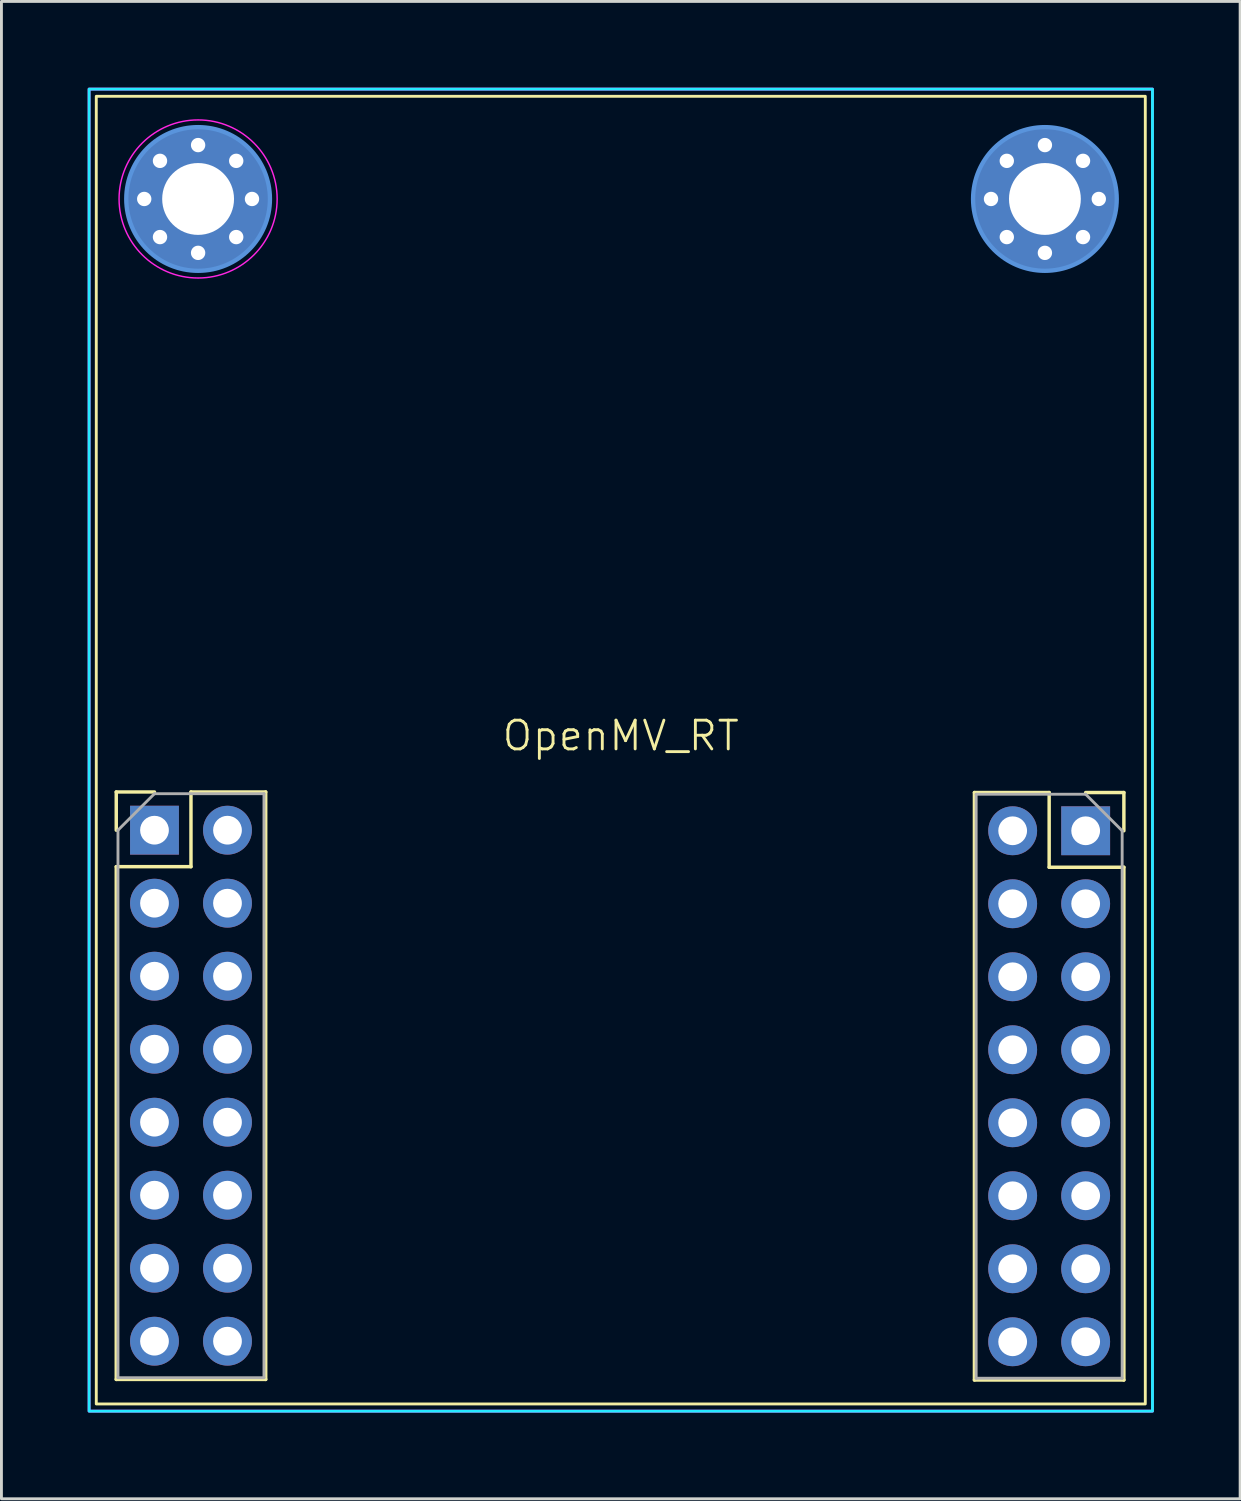
<source format=kicad_pcb>
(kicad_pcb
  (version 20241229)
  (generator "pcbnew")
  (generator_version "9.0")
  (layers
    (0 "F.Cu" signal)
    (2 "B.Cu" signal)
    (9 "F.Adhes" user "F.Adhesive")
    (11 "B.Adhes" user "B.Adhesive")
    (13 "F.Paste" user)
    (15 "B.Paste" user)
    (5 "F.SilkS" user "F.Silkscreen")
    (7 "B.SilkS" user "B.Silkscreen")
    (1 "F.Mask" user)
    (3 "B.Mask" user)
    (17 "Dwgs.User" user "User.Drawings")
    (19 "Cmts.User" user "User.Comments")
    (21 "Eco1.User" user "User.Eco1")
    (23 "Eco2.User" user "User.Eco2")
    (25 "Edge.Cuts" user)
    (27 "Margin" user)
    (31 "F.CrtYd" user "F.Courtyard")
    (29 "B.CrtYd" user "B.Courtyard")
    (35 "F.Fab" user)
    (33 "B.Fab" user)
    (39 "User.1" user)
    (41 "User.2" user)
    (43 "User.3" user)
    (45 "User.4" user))
  (footprint "OpenMV_RT"
    (layer "F.Cu")
    (at 18.55 9.08)
    (property "Reference" "OpenMV_RT" (at 0 13.47 0) (unlocked yes) (layer "F.SilkS") (effects (font (size 1 1) (thickness 0.1))))
    (attr through_hole)
    (fp_line (start -17.555 15.426) (end -16.225 15.426) (stroke (width 0.12) (type solid)) (layer "F.SilkS"))
    (fp_line (start -17.555 16.756) (end -17.555 15.426) (stroke (width 0.12) (type solid)) (layer "F.SilkS"))
    (fp_line (start -17.555 18.026) (end -17.555 35.866) (stroke (width 0.12) (type solid)) (layer "F.SilkS"))
    (fp_line (start -17.555 18.026) (end -14.955 18.026) (stroke (width 0.12) (type solid)) (layer "F.SilkS"))
    (fp_line (start -17.555 35.866) (end -12.355 35.866) (stroke (width 0.12) (type solid)) (layer "F.SilkS"))
    (fp_line (start -14.955 15.426) (end -12.355 15.426) (stroke (width 0.12) (type solid)) (layer "F.SilkS"))
    (fp_line (start -14.955 18.026) (end -14.955 15.426) (stroke (width 0.12) (type solid)) (layer "F.SilkS"))
    (fp_line (start -12.355 15.426) (end -12.355 35.866) (stroke (width 0.12) (type solid)) (layer "F.SilkS"))
    (fp_line (start 12.305 15.446) (end 12.305 35.886) (stroke (width 0.12) (type solid)) (layer "F.SilkS"))
    (fp_line (start 14.905 15.446) (end 12.305 15.446) (stroke (width 0.12) (type solid)) (layer "F.SilkS"))
    (fp_line (start 14.905 18.046) (end 14.905 15.446) (stroke (width 0.12) (type solid)) (layer "F.SilkS"))
    (fp_line (start 17.505 15.446) (end 16.175 15.446) (stroke (width 0.12) (type solid)) (layer "F.SilkS"))
    (fp_line (start 17.505 16.776) (end 17.505 15.446) (stroke (width 0.12) (type solid)) (layer "F.SilkS"))
    (fp_line (start 17.505 18.046) (end 14.905 18.046) (stroke (width 0.12) (type solid)) (layer "F.SilkS"))
    (fp_line (start 17.505 18.046) (end 17.505 35.886) (stroke (width 0.12) (type solid)) (layer "F.SilkS"))
    (fp_line (start 17.505 35.886) (end 12.305 35.886) (stroke (width 0.12) (type solid)) (layer "F.SilkS"))
    (fp_rect (start 18.25 -8.78) (end -18.25 36.72) (stroke (width 0.1) (type default)) (fill no) (layer "F.SilkS"))
    (fp_circle (center -14.707 -5.207) (end -12.207 -5.207) (stroke (width 0.15) (type solid)) (fill no) (layer "Cmts.User"))
    (fp_circle (center 14.757 -5.207) (end 17.257 -5.207) (stroke (width 0.15) (type solid)) (fill no) (layer "Cmts.User"))
    (fp_rect (start -18.5 36.97) (end 18.5 -9.03) (stroke (width 0.1) (type default)) (fill no) (layer "B.CrtYd"))
    (fp_rect (start -18.5 36.97) (end 18.5 -9.03) (stroke (width 0.1) (type default)) (fill no) (layer "F.CrtYd"))
    (fp_circle (center -14.707 -5.207) (end -11.957 -5.207) (stroke (width 0.05) (type solid)) (fill no) (layer "F.CrtYd"))
    (fp_line (start -17.495 16.756) (end -16.225 15.486) (stroke (width 0.1) (type solid)) (layer "F.Fab"))
    (fp_line (start -17.495 35.806) (end -17.495 16.756) (stroke (width 0.1) (type solid)) (layer "F.Fab"))
    (fp_line (start -16.225 15.486) (end -12.415 15.486) (stroke (width 0.1) (type solid)) (layer "F.Fab"))
    (fp_line (start -12.415 15.486) (end -12.415 35.806) (stroke (width 0.1) (type solid)) (layer "F.Fab"))
    (fp_line (start -12.415 35.806) (end -17.495 35.806) (stroke (width 0.1) (type solid)) (layer "F.Fab"))
    (fp_line (start 12.365 15.506) (end 12.365 35.826) (stroke (width 0.1) (type solid)) (layer "F.Fab"))
    (fp_line (start 12.365 35.826) (end 17.445 35.826) (stroke (width 0.1) (type solid)) (layer "F.Fab"))
    (fp_line (start 16.175 15.506) (end 12.365 15.506) (stroke (width 0.1) (type solid)) (layer "F.Fab"))
    (fp_line (start 17.445 16.776) (end 16.175 15.506) (stroke (width 0.1) (type solid)) (layer "F.Fab"))
    (fp_line (start 17.445 35.826) (end 17.445 16.776) (stroke (width 0.1) (type solid)) (layer "F.Fab"))
    (pad "0" thru_hole rect (at -16.225 16.756) (size 1.7 1.7) (drill 1) (layers "*.Cu" "*.Mask"))
    (pad "1" thru_hole circle (at -16.582 -5.207) (size 0.8 0.8) (drill 0.5) (layers "*.Cu" "*.Mask"))
    (pad "1" thru_hole circle (at -16.033 -6.533) (size 0.8 0.8) (drill 0.5) (layers "*.Cu" "*.Mask"))
    (pad "1" thru_hole circle (at -16.033 -3.881) (size 0.8 0.8) (drill 0.5) (layers "*.Cu" "*.Mask"))
    (pad "1" thru_hole circle (at -14.707 -7.082) (size 0.8 0.8) (drill 0.5) (layers "*.Cu" "*.Mask"))
    (pad "1" thru_hole circle (at -14.707 -5.207) (size 5 5) (drill 2.5) (layers "*.Cu" "*.Mask"))
    (pad "1" thru_hole circle (at -14.707 -3.332) (size 0.8 0.8) (drill 0.5) (layers "*.Cu" "*.Mask"))
    (pad "1" thru_hole oval (at -13.685 16.756) (size 1.7 1.7) (drill 1) (layers "*.Cu" "*.Mask"))
    (pad "1" thru_hole circle (at -13.381 -6.533) (size 0.8 0.8) (drill 0.5) (layers "*.Cu" "*.Mask"))
    (pad "1" thru_hole circle (at -13.381 -3.881) (size 0.8 0.8) (drill 0.5) (layers "*.Cu" "*.Mask"))
    (pad "1" thru_hole circle (at -12.832 -5.207) (size 0.8 0.8) (drill 0.5) (layers "*.Cu" "*.Mask"))
    (pad "1" thru_hole circle (at 12.882 -5.207) (size 0.8 0.8) (drill 0.5) (layers "*.Cu" "*.Mask"))
    (pad "1" thru_hole circle (at 13.431 -6.533) (size 0.8 0.8) (drill 0.5) (layers "*.Cu" "*.Mask"))
    (pad "1" thru_hole circle (at 13.431 -3.881) (size 0.8 0.8) (drill 0.5) (layers "*.Cu" "*.Mask"))
    (pad "1" thru_hole circle (at 14.757 -7.082) (size 0.8 0.8) (drill 0.5) (layers "*.Cu" "*.Mask"))
    (pad "1" thru_hole circle (at 14.757 -5.207) (size 5 5) (drill 2.5) (layers "*.Cu" "*.Mask"))
    (pad "1" thru_hole circle (at 14.757 -3.332) (size 0.8 0.8) (drill 0.5) (layers "*.Cu" "*.Mask"))
    (pad "1" thru_hole circle (at 16.083 -6.533) (size 0.8 0.8) (drill 0.5) (layers "*.Cu" "*.Mask"))
    (pad "1" thru_hole circle (at 16.083 -3.881) (size 0.8 0.8) (drill 0.5) (layers "*.Cu" "*.Mask"))
    (pad "1" thru_hole circle (at 16.632 -5.207) (size 0.8 0.8) (drill 0.5) (layers "*.Cu" "*.Mask"))
    (pad "2" thru_hole oval (at -16.225 19.296) (size 1.7 1.7) (drill 1) (layers "*.Cu" "*.Mask"))
    (pad "3" thru_hole oval (at -13.685 19.296) (size 1.7 1.7) (drill 1) (layers "*.Cu" "*.Mask"))
    (pad "4" thru_hole oval (at -16.225 21.836) (size 1.7 1.7) (drill 1) (layers "*.Cu" "*.Mask"))
    (pad "5" thru_hole oval (at -13.685 21.836) (size 1.7 1.7) (drill 1) (layers "*.Cu" "*.Mask"))
    (pad "6" thru_hole oval (at -16.225 24.376) (size 1.7 1.7) (drill 1) (layers "*.Cu" "*.Mask"))
    (pad "7" thru_hole oval (at -13.685 24.376) (size 1.7 1.7) (drill 1) (layers "*.Cu" "*.Mask"))
    (pad "8" thru_hole oval (at -16.225 26.916) (size 1.7 1.7) (drill 1) (layers "*.Cu" "*.Mask"))
    (pad "9" thru_hole oval (at -13.685 26.916) (size 1.7 1.7) (drill 1) (layers "*.Cu" "*.Mask"))
    (pad "10" thru_hole oval (at -16.225 29.456) (size 1.7 1.7) (drill 1) (layers "*.Cu" "*.Mask"))
    (pad "11" thru_hole oval (at -13.685 29.456) (size 1.7 1.7) (drill 1) (layers "*.Cu" "*.Mask"))
    (pad "12" thru_hole oval (at -16.225 31.996) (size 1.7 1.7) (drill 1) (layers "*.Cu" "*.Mask"))
    (pad "13" thru_hole oval (at -13.685 31.996) (size 1.7 1.7) (drill 1) (layers "*.Cu" "*.Mask"))
    (pad "14" thru_hole oval (at -16.225 34.536) (size 1.7 1.7) (drill 1) (layers "*.Cu" "*.Mask"))
    (pad "15" thru_hole oval (at -13.685 34.536) (size 1.7 1.7) (drill 1) (layers "*.Cu" "*.Mask"))
    (pad "16" thru_hole oval (at 13.635 16.776) (size 1.7 1.7) (drill 1) (layers "*.Cu" "*.Mask"))
    (pad "17" thru_hole rect (at 16.175 16.776) (size 1.7 1.7) (drill 1) (layers "*.Cu" "*.Mask"))
    (pad "18" thru_hole oval (at 13.635 19.316) (size 1.7 1.7) (drill 1) (layers "*.Cu" "*.Mask"))
    (pad "19" thru_hole oval (at 16.175 19.316) (size 1.7 1.7) (drill 1) (layers "*.Cu" "*.Mask"))
    (pad "20" thru_hole oval (at 13.635 21.856) (size 1.7 1.7) (drill 1) (layers "*.Cu" "*.Mask"))
    (pad "21" thru_hole oval (at 16.175 21.856) (size 1.7 1.7) (drill 1) (layers "*.Cu" "*.Mask"))
    (pad "22" thru_hole oval (at 13.635 24.396) (size 1.7 1.7) (drill 1) (layers "*.Cu" "*.Mask"))
    (pad "23" thru_hole oval (at 16.175 24.396) (size 1.7 1.7) (drill 1) (layers "*.Cu" "*.Mask"))
    (pad "24" thru_hole oval (at 13.635 26.936) (size 1.7 1.7) (drill 1) (layers "*.Cu" "*.Mask"))
    (pad "25" thru_hole oval (at 16.175 26.936) (size 1.7 1.7) (drill 1) (layers "*.Cu" "*.Mask"))
    (pad "26" thru_hole oval (at 13.635 29.476) (size 1.7 1.7) (drill 1) (layers "*.Cu" "*.Mask"))
    (pad "27" thru_hole oval (at 16.175 29.476) (size 1.7 1.7) (drill 1) (layers "*.Cu" "*.Mask"))
    (pad "28" thru_hole oval (at 13.635 32.016) (size 1.7 1.7) (drill 1) (layers "*.Cu" "*.Mask"))
    (pad "29" thru_hole oval (at 16.175 32.016) (size 1.7 1.7) (drill 1) (layers "*.Cu" "*.Mask"))
    (pad "30" thru_hole oval (at 13.635 34.556) (size 1.7 1.7) (drill 1) (layers "*.Cu" "*.Mask"))
    (pad "31" thru_hole oval (at 16.175 34.556) (size 1.7 1.7) (drill 1) (layers "*.Cu" "*.Mask")))
  (gr_rect
    (start -3 -3)
    (end 40.1 49.1)
    (stroke (width 0.1) (type default))
    (fill no)
    (layer "Edge.Cuts")))
</source>
